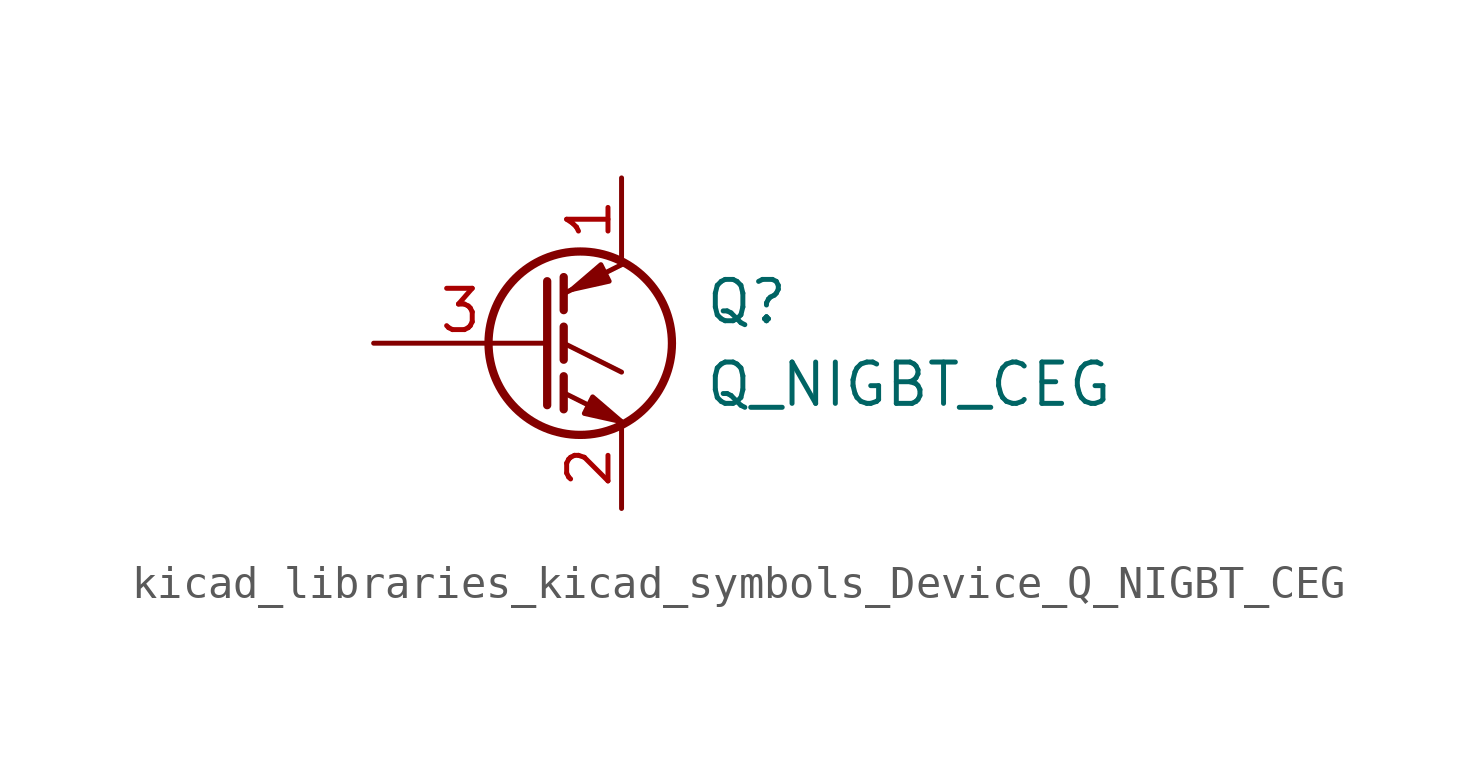
<source format=kicad_sym>
(kicad_symbol_lib
  (version 20220914)
  (generator kicad_symbol_editor)
  (symbol "kicad_libraries_kicad_symbols_Device_Q_NIGBT_CEG"
    (pin_names
      (offset 0) hide)
    (property "Reference" "Q"
      (at 5.08 1.27 0)
      (effects (font (size 1.27 1.27)) (justify left)))
    (property "Value" "Q_NIGBT_CEG"
      (at 5.08 -1.27 0)
      (effects (font (size 1.27 1.27)) (justify left)))
    (symbol "kicad_libraries_kicad_symbols_Device_Q_NIGBT_CEG_0_1"
      (polyline (pts (xy 0.762 -1.016) (xy 0.762 -2.032)) (stroke (width 0.254) (type default)) (fill (type none)))
      (polyline (pts (xy 0.762 0.508) (xy 0.762 -0.508)) (stroke (width 0.254) (type default)) (fill (type none)))
      (polyline (pts (xy 0.762 2.032) (xy 0.762 1.016)) (stroke (width 0.254) (type default)) (fill (type none)))
      (polyline (pts (xy 2.54 -2.413) (xy 0.762 -1.524)) (stroke (width 0) (type default)) (fill (type none)))
      (polyline (pts (xy 2.54 -0.889) (xy 0.762 0)) (stroke (width 0) (type default)) (fill (type none)))
      (polyline (pts (xy 2.54 2.413) (xy 0.762 1.524)) (stroke (width 0) (type default)) (fill (type none)))
      (polyline (pts (xy 0.254 1.905) (xy 0.254 -1.905) (xy 0.254 -1.905)) (stroke (width 0.254) (type default)) (fill (type none)))
      (polyline (pts (xy 1.397 -2.159) (xy 1.651 -1.651) (xy 2.54 -2.413) (xy 1.397 -2.159)) (stroke (width 0) (type default)) (fill (type outline)))
      (polyline (pts (xy 2.159 1.905) (xy 1.905 2.413) (xy 1.016 1.651) (xy 2.159 1.905)) (stroke (width 0) (type default)) (fill (type outline)))
      (circle (center 1.27 0) (radius 2.819) (stroke (width 0.254) (type default)) (fill (type none))))
    (symbol "kicad_libraries_kicad_symbols_Device_Q_NIGBT_CEG_1_1"
      (pin passive line (at 2.54 5.08 270) (length 2.54) (name "C" (effects (font (size 1.27 1.27)))) (number "1" (effects (font (size 1.27 1.27)))))
      (pin passive line (at 2.54 -5.08 90) (length 2.54) (name "E" (effects (font (size 1.27 1.27)))) (number "2" (effects (font (size 1.27 1.27)))))
      (pin input line (at -5.08 0 0) (length 5.334) (name "G" (effects (font (size 1.27 1.27)))) (number "3" (effects (font (size 1.27 1.27))))))))
</source>
